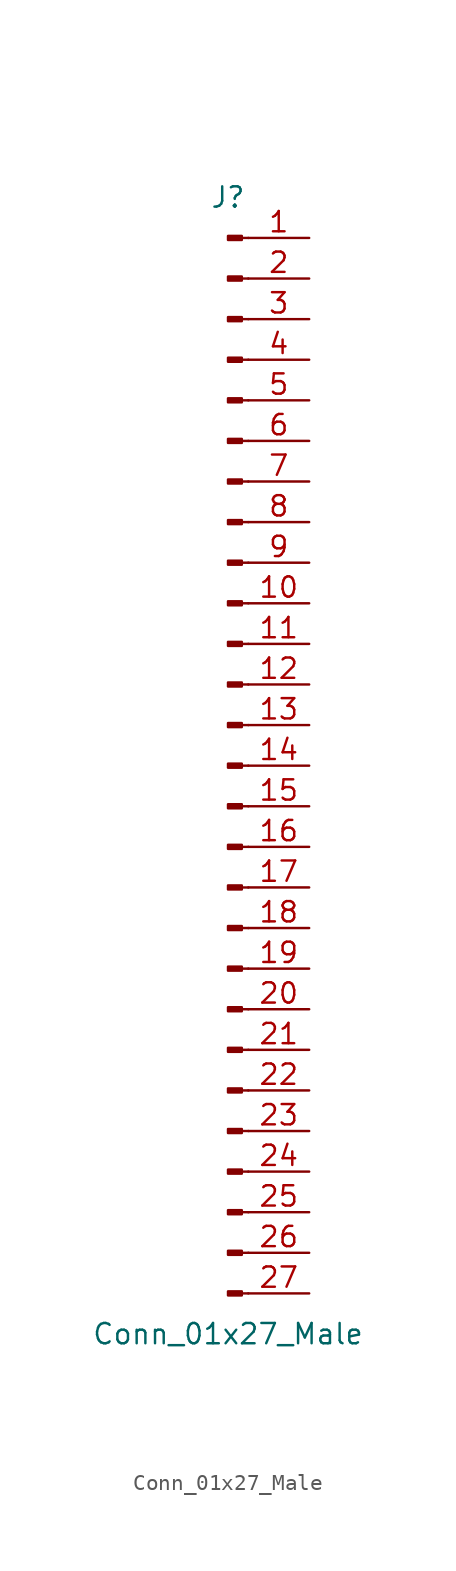
<source format=kicad_sym>
(kicad_symbol_lib
  (version 20220914)
  (generator kicad_symbol_editor)
  (symbol "Conn_01x27_Male"
    (pin_names
      (offset 1.016) hide)
    (property "Reference" "J"
      (at 0 35.56 0)
      (effects (font (size 1.27 1.27))))
    (property "Value" "Conn_01x27_Male"
      (at 0 -35.56 0)
      (effects (font (size 1.27 1.27))))
    (symbol "Conn_01x27_Male_1_1"
      (polyline (pts (xy 1.27 -33.02) (xy 0.864 -33.02)) (stroke (width 0.152) (type default)) (fill (type none)))
      (polyline (pts (xy 1.27 -30.48) (xy 0.864 -30.48)) (stroke (width 0.152) (type default)) (fill (type none)))
      (polyline (pts (xy 1.27 -27.94) (xy 0.864 -27.94)) (stroke (width 0.152) (type default)) (fill (type none)))
      (polyline (pts (xy 1.27 -25.4) (xy 0.864 -25.4)) (stroke (width 0.152) (type default)) (fill (type none)))
      (polyline (pts (xy 1.27 -22.86) (xy 0.864 -22.86)) (stroke (width 0.152) (type default)) (fill (type none)))
      (polyline (pts (xy 1.27 -20.32) (xy 0.864 -20.32)) (stroke (width 0.152) (type default)) (fill (type none)))
      (polyline (pts (xy 1.27 -17.78) (xy 0.864 -17.78)) (stroke (width 0.152) (type default)) (fill (type none)))
      (polyline (pts (xy 1.27 -15.24) (xy 0.864 -15.24)) (stroke (width 0.152) (type default)) (fill (type none)))
      (polyline (pts (xy 1.27 -12.7) (xy 0.864 -12.7)) (stroke (width 0.152) (type default)) (fill (type none)))
      (polyline (pts (xy 1.27 -10.16) (xy 0.864 -10.16)) (stroke (width 0.152) (type default)) (fill (type none)))
      (polyline (pts (xy 1.27 -7.62) (xy 0.864 -7.62)) (stroke (width 0.152) (type default)) (fill (type none)))
      (polyline (pts (xy 1.27 -5.08) (xy 0.864 -5.08)) (stroke (width 0.152) (type default)) (fill (type none)))
      (polyline (pts (xy 1.27 -2.54) (xy 0.864 -2.54)) (stroke (width 0.152) (type default)) (fill (type none)))
      (polyline (pts (xy 1.27 0) (xy 0.864 0)) (stroke (width 0.152) (type default)) (fill (type none)))
      (polyline (pts (xy 1.27 2.54) (xy 0.864 2.54)) (stroke (width 0.152) (type default)) (fill (type none)))
      (polyline (pts (xy 1.27 5.08) (xy 0.864 5.08)) (stroke (width 0.152) (type default)) (fill (type none)))
      (polyline (pts (xy 1.27 7.62) (xy 0.864 7.62)) (stroke (width 0.152) (type default)) (fill (type none)))
      (polyline (pts (xy 1.27 10.16) (xy 0.864 10.16)) (stroke (width 0.152) (type default)) (fill (type none)))
      (polyline (pts (xy 1.27 12.7) (xy 0.864 12.7)) (stroke (width 0.152) (type default)) (fill (type none)))
      (polyline (pts (xy 1.27 15.24) (xy 0.864 15.24)) (stroke (width 0.152) (type default)) (fill (type none)))
      (polyline (pts (xy 1.27 17.78) (xy 0.864 17.78)) (stroke (width 0.152) (type default)) (fill (type none)))
      (polyline (pts (xy 1.27 20.32) (xy 0.864 20.32)) (stroke (width 0.152) (type default)) (fill (type none)))
      (polyline (pts (xy 1.27 22.86) (xy 0.864 22.86)) (stroke (width 0.152) (type default)) (fill (type none)))
      (polyline (pts (xy 1.27 25.4) (xy 0.864 25.4)) (stroke (width 0.152) (type default)) (fill (type none)))
      (polyline (pts (xy 1.27 27.94) (xy 0.864 27.94)) (stroke (width 0.152) (type default)) (fill (type none)))
      (polyline (pts (xy 1.27 30.48) (xy 0.864 30.48)) (stroke (width 0.152) (type default)) (fill (type none)))
      (polyline (pts (xy 1.27 33.02) (xy 0.864 33.02)) (stroke (width 0.152) (type default)) (fill (type none)))
      (rectangle (start 0.864 -32.893) (end 0 -33.147) (stroke (width 0.152) (type default)) (fill (type outline)))
      (rectangle (start 0.864 -30.353) (end 0 -30.607) (stroke (width 0.152) (type default)) (fill (type outline)))
      (rectangle (start 0.864 -27.813) (end 0 -28.067) (stroke (width 0.152) (type default)) (fill (type outline)))
      (rectangle (start 0.864 -25.273) (end 0 -25.527) (stroke (width 0.152) (type default)) (fill (type outline)))
      (rectangle (start 0.864 -22.733) (end 0 -22.987) (stroke (width 0.152) (type default)) (fill (type outline)))
      (rectangle (start 0.864 -20.193) (end 0 -20.447) (stroke (width 0.152) (type default)) (fill (type outline)))
      (rectangle (start 0.864 -17.653) (end 0 -17.907) (stroke (width 0.152) (type default)) (fill (type outline)))
      (rectangle (start 0.864 -15.113) (end 0 -15.367) (stroke (width 0.152) (type default)) (fill (type outline)))
      (rectangle (start 0.864 -12.573) (end 0 -12.827) (stroke (width 0.152) (type default)) (fill (type outline)))
      (rectangle (start 0.864 -10.033) (end 0 -10.287) (stroke (width 0.152) (type default)) (fill (type outline)))
      (rectangle (start 0.864 -7.493) (end 0 -7.747) (stroke (width 0.152) (type default)) (fill (type outline)))
      (rectangle (start 0.864 -4.953) (end 0 -5.207) (stroke (width 0.152) (type default)) (fill (type outline)))
      (rectangle (start 0.864 -2.413) (end 0 -2.667) (stroke (width 0.152) (type default)) (fill (type outline)))
      (rectangle (start 0.864 0.127) (end 0 -0.127) (stroke (width 0.152) (type default)) (fill (type outline)))
      (rectangle (start 0.864 2.667) (end 0 2.413) (stroke (width 0.152) (type default)) (fill (type outline)))
      (rectangle (start 0.864 5.207) (end 0 4.953) (stroke (width 0.152) (type default)) (fill (type outline)))
      (rectangle (start 0.864 7.747) (end 0 7.493) (stroke (width 0.152) (type default)) (fill (type outline)))
      (rectangle (start 0.864 10.287) (end 0 10.033) (stroke (width 0.152) (type default)) (fill (type outline)))
      (rectangle (start 0.864 12.827) (end 0 12.573) (stroke (width 0.152) (type default)) (fill (type outline)))
      (rectangle (start 0.864 15.367) (end 0 15.113) (stroke (width 0.152) (type default)) (fill (type outline)))
      (rectangle (start 0.864 17.907) (end 0 17.653) (stroke (width 0.152) (type default)) (fill (type outline)))
      (rectangle (start 0.864 20.447) (end 0 20.193) (stroke (width 0.152) (type default)) (fill (type outline)))
      (rectangle (start 0.864 22.987) (end 0 22.733) (stroke (width 0.152) (type default)) (fill (type outline)))
      (rectangle (start 0.864 25.527) (end 0 25.273) (stroke (width 0.152) (type default)) (fill (type outline)))
      (rectangle (start 0.864 28.067) (end 0 27.813) (stroke (width 0.152) (type default)) (fill (type outline)))
      (rectangle (start 0.864 30.607) (end 0 30.353) (stroke (width 0.152) (type default)) (fill (type outline)))
      (rectangle (start 0.864 33.147) (end 0 32.893) (stroke (width 0.152) (type default)) (fill (type outline)))
      (pin passive line (at 5.08 33.02 180) (length 3.81) (name "Pin_1" (effects (font (size 1.27 1.27)))) (number "1" (effects (font (size 1.27 1.27)))))
      (pin passive line (at 5.08 10.16 180) (length 3.81) (name "Pin_10" (effects (font (size 1.27 1.27)))) (number "10" (effects (font (size 1.27 1.27)))))
      (pin passive line (at 5.08 7.62 180) (length 3.81) (name "Pin_11" (effects (font (size 1.27 1.27)))) (number "11" (effects (font (size 1.27 1.27)))))
      (pin passive line (at 5.08 5.08 180) (length 3.81) (name "Pin_12" (effects (font (size 1.27 1.27)))) (number "12" (effects (font (size 1.27 1.27)))))
      (pin passive line (at 5.08 2.54 180) (length 3.81) (name "Pin_13" (effects (font (size 1.27 1.27)))) (number "13" (effects (font (size 1.27 1.27)))))
      (pin passive line (at 5.08 0 180) (length 3.81) (name "Pin_14" (effects (font (size 1.27 1.27)))) (number "14" (effects (font (size 1.27 1.27)))))
      (pin passive line (at 5.08 -2.54 180) (length 3.81) (name "Pin_15" (effects (font (size 1.27 1.27)))) (number "15" (effects (font (size 1.27 1.27)))))
      (pin passive line (at 5.08 -5.08 180) (length 3.81) (name "Pin_16" (effects (font (size 1.27 1.27)))) (number "16" (effects (font (size 1.27 1.27)))))
      (pin passive line (at 5.08 -7.62 180) (length 3.81) (name "Pin_17" (effects (font (size 1.27 1.27)))) (number "17" (effects (font (size 1.27 1.27)))))
      (pin passive line (at 5.08 -10.16 180) (length 3.81) (name "Pin_18" (effects (font (size 1.27 1.27)))) (number "18" (effects (font (size 1.27 1.27)))))
      (pin passive line (at 5.08 -12.7 180) (length 3.81) (name "Pin_19" (effects (font (size 1.27 1.27)))) (number "19" (effects (font (size 1.27 1.27)))))
      (pin passive line (at 5.08 30.48 180) (length 3.81) (name "Pin_2" (effects (font (size 1.27 1.27)))) (number "2" (effects (font (size 1.27 1.27)))))
      (pin passive line (at 5.08 -15.24 180) (length 3.81) (name "Pin_20" (effects (font (size 1.27 1.27)))) (number "20" (effects (font (size 1.27 1.27)))))
      (pin passive line (at 5.08 -17.78 180) (length 3.81) (name "Pin_21" (effects (font (size 1.27 1.27)))) (number "21" (effects (font (size 1.27 1.27)))))
      (pin passive line (at 5.08 -20.32 180) (length 3.81) (name "Pin_22" (effects (font (size 1.27 1.27)))) (number "22" (effects (font (size 1.27 1.27)))))
      (pin passive line (at 5.08 -22.86 180) (length 3.81) (name "Pin_23" (effects (font (size 1.27 1.27)))) (number "23" (effects (font (size 1.27 1.27)))))
      (pin passive line (at 5.08 -25.4 180) (length 3.81) (name "Pin_24" (effects (font (size 1.27 1.27)))) (number "24" (effects (font (size 1.27 1.27)))))
      (pin passive line (at 5.08 -27.94 180) (length 3.81) (name "Pin_25" (effects (font (size 1.27 1.27)))) (number "25" (effects (font (size 1.27 1.27)))))
      (pin passive line (at 5.08 -30.48 180) (length 3.81) (name "Pin_26" (effects (font (size 1.27 1.27)))) (number "26" (effects (font (size 1.27 1.27)))))
      (pin passive line (at 5.08 -33.02 180) (length 3.81) (name "Pin_27" (effects (font (size 1.27 1.27)))) (number "27" (effects (font (size 1.27 1.27)))))
      (pin passive line (at 5.08 27.94 180) (length 3.81) (name "Pin_3" (effects (font (size 1.27 1.27)))) (number "3" (effects (font (size 1.27 1.27)))))
      (pin passive line (at 5.08 25.4 180) (length 3.81) (name "Pin_4" (effects (font (size 1.27 1.27)))) (number "4" (effects (font (size 1.27 1.27)))))
      (pin passive line (at 5.08 22.86 180) (length 3.81) (name "Pin_5" (effects (font (size 1.27 1.27)))) (number "5" (effects (font (size 1.27 1.27)))))
      (pin passive line (at 5.08 20.32 180) (length 3.81) (name "Pin_6" (effects (font (size 1.27 1.27)))) (number "6" (effects (font (size 1.27 1.27)))))
      (pin passive line (at 5.08 17.78 180) (length 3.81) (name "Pin_7" (effects (font (size 1.27 1.27)))) (number "7" (effects (font (size 1.27 1.27)))))
      (pin passive line (at 5.08 15.24 180) (length 3.81) (name "Pin_8" (effects (font (size 1.27 1.27)))) (number "8" (effects (font (size 1.27 1.27)))))
      (pin passive line (at 5.08 12.7 180) (length 3.81) (name "Pin_9" (effects (font (size 1.27 1.27)))) (number "9" (effects (font (size 1.27 1.27))))))))
</source>
